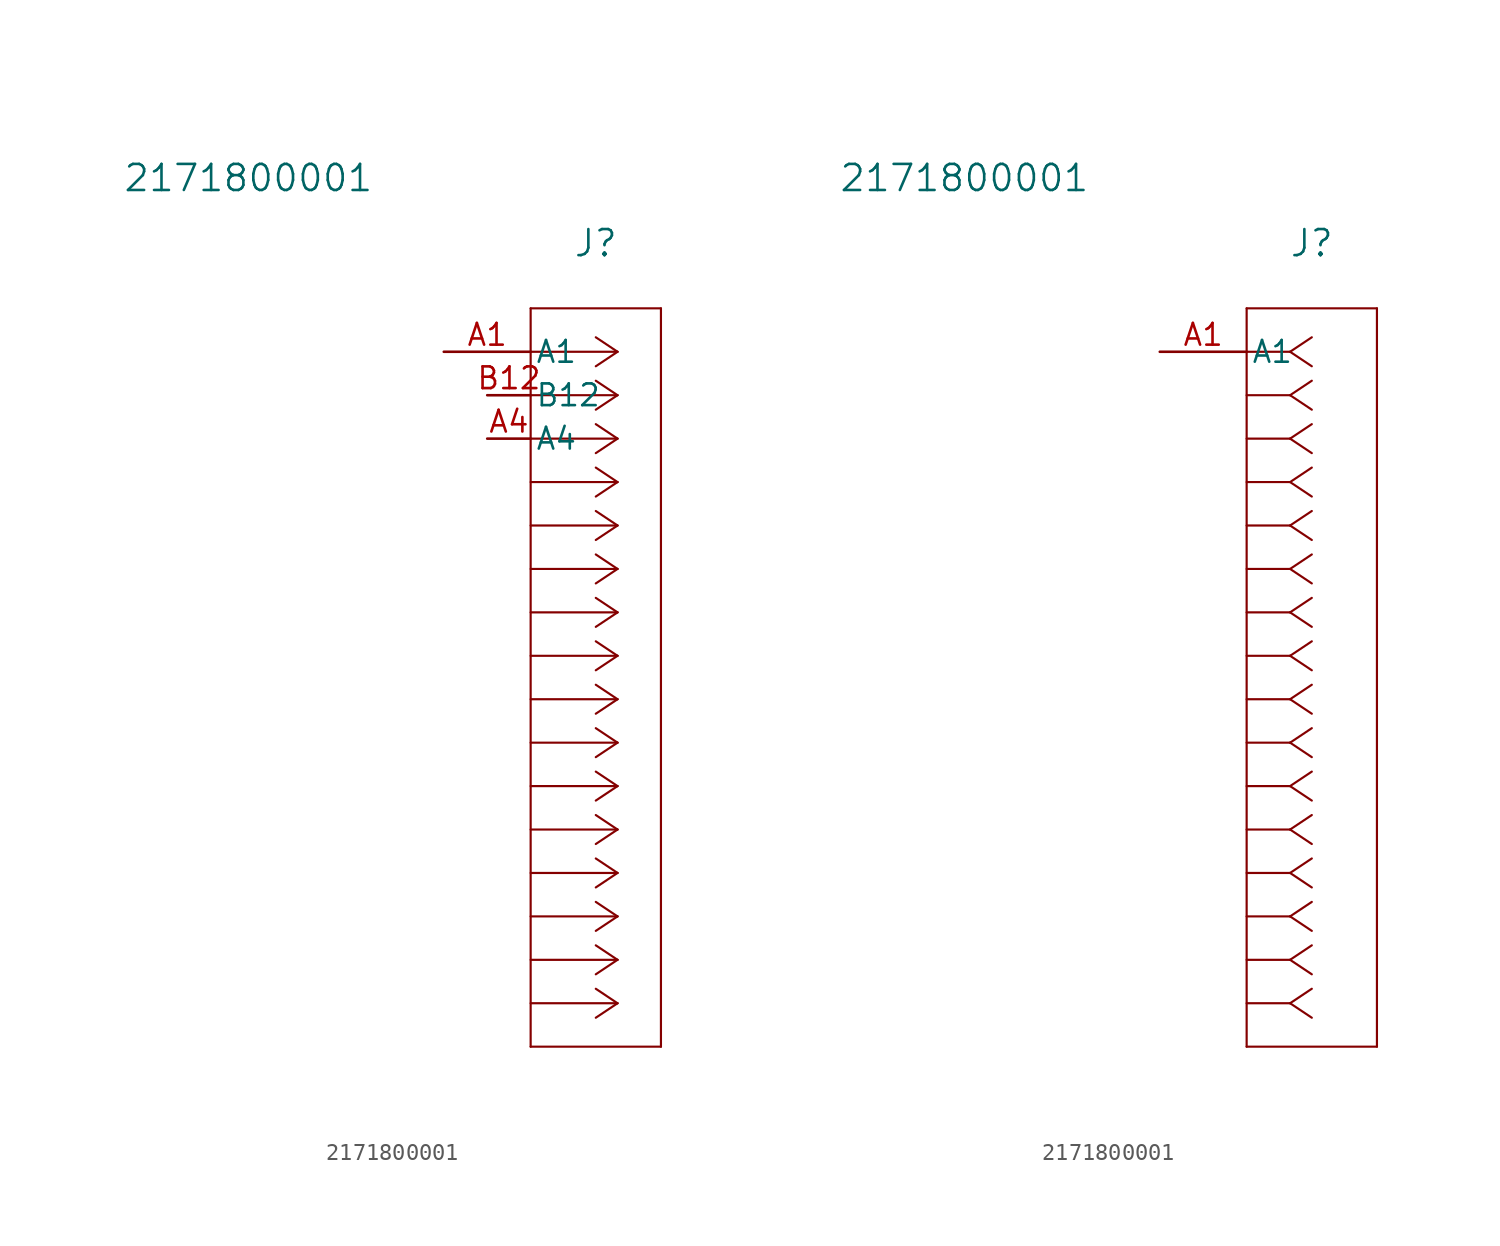
<source format=kicad_sym>
(kicad_symbol_lib
  (version 20220914)
  (generator kicad_symbol_editor)
  (symbol "2171800001"
    (pin_names
      (offset 0.254))
    (property "Reference" "J"
      (at 8.89 6.35 0)
      (effects (font (size 1.524 1.524))))
    (property "Value" "2171800001"
      (at -11.43 10.16 0)
      (effects (font (size 1.524 1.524))))
    (property "ki_locked" ""
      (at 0 0 0)
      (effects (font (size 1.27 1.27))))
    (symbol "2171800001_1_1"
      (polyline (pts (xy 5.08 -40.64) (xy 12.7 -40.64)) (stroke (width 0.127) (type default)) (fill (type none)))
      (polyline (pts (xy 5.08 2.54) (xy 5.08 -40.64)) (stroke (width 0.127) (type default)) (fill (type none)))
      (polyline (pts (xy 10.16 -38.1) (xy 5.08 -38.1)) (stroke (width 0.127) (type default)) (fill (type none)))
      (polyline (pts (xy 10.16 -38.1) (xy 8.89 -38.947)) (stroke (width 0.127) (type default)) (fill (type none)))
      (polyline (pts (xy 10.16 -38.1) (xy 8.89 -37.253)) (stroke (width 0.127) (type default)) (fill (type none)))
      (polyline (pts (xy 10.16 -35.56) (xy 5.08 -35.56)) (stroke (width 0.127) (type default)) (fill (type none)))
      (polyline (pts (xy 10.16 -35.56) (xy 8.89 -36.407)) (stroke (width 0.127) (type default)) (fill (type none)))
      (polyline (pts (xy 10.16 -35.56) (xy 8.89 -34.713)) (stroke (width 0.127) (type default)) (fill (type none)))
      (polyline (pts (xy 10.16 -33.02) (xy 5.08 -33.02)) (stroke (width 0.127) (type default)) (fill (type none)))
      (polyline (pts (xy 10.16 -33.02) (xy 8.89 -33.867)) (stroke (width 0.127) (type default)) (fill (type none)))
      (polyline (pts (xy 10.16 -33.02) (xy 8.89 -32.173)) (stroke (width 0.127) (type default)) (fill (type none)))
      (polyline (pts (xy 10.16 -30.48) (xy 5.08 -30.48)) (stroke (width 0.127) (type default)) (fill (type none)))
      (polyline (pts (xy 10.16 -30.48) (xy 8.89 -31.327)) (stroke (width 0.127) (type default)) (fill (type none)))
      (polyline (pts (xy 10.16 -30.48) (xy 8.89 -29.633)) (stroke (width 0.127) (type default)) (fill (type none)))
      (polyline (pts (xy 10.16 -27.94) (xy 5.08 -27.94)) (stroke (width 0.127) (type default)) (fill (type none)))
      (polyline (pts (xy 10.16 -27.94) (xy 8.89 -28.787)) (stroke (width 0.127) (type default)) (fill (type none)))
      (polyline (pts (xy 10.16 -27.94) (xy 8.89 -27.093)) (stroke (width 0.127) (type default)) (fill (type none)))
      (polyline (pts (xy 10.16 -25.4) (xy 5.08 -25.4)) (stroke (width 0.127) (type default)) (fill (type none)))
      (polyline (pts (xy 10.16 -25.4) (xy 8.89 -26.247)) (stroke (width 0.127) (type default)) (fill (type none)))
      (polyline (pts (xy 10.16 -25.4) (xy 8.89 -24.553)) (stroke (width 0.127) (type default)) (fill (type none)))
      (polyline (pts (xy 10.16 -22.86) (xy 5.08 -22.86)) (stroke (width 0.127) (type default)) (fill (type none)))
      (polyline (pts (xy 10.16 -22.86) (xy 8.89 -23.707)) (stroke (width 0.127) (type default)) (fill (type none)))
      (polyline (pts (xy 10.16 -22.86) (xy 8.89 -22.013)) (stroke (width 0.127) (type default)) (fill (type none)))
      (polyline (pts (xy 10.16 -20.32) (xy 5.08 -20.32)) (stroke (width 0.127) (type default)) (fill (type none)))
      (polyline (pts (xy 10.16 -20.32) (xy 8.89 -21.167)) (stroke (width 0.127) (type default)) (fill (type none)))
      (polyline (pts (xy 10.16 -20.32) (xy 8.89 -19.473)) (stroke (width 0.127) (type default)) (fill (type none)))
      (polyline (pts (xy 10.16 -17.78) (xy 5.08 -17.78)) (stroke (width 0.127) (type default)) (fill (type none)))
      (polyline (pts (xy 10.16 -17.78) (xy 8.89 -18.627)) (stroke (width 0.127) (type default)) (fill (type none)))
      (polyline (pts (xy 10.16 -17.78) (xy 8.89 -16.933)) (stroke (width 0.127) (type default)) (fill (type none)))
      (polyline (pts (xy 10.16 -15.24) (xy 5.08 -15.24)) (stroke (width 0.127) (type default)) (fill (type none)))
      (polyline (pts (xy 10.16 -15.24) (xy 8.89 -16.087)) (stroke (width 0.127) (type default)) (fill (type none)))
      (polyline (pts (xy 10.16 -15.24) (xy 8.89 -14.393)) (stroke (width 0.127) (type default)) (fill (type none)))
      (polyline (pts (xy 10.16 -12.7) (xy 5.08 -12.7)) (stroke (width 0.127) (type default)) (fill (type none)))
      (polyline (pts (xy 10.16 -12.7) (xy 8.89 -13.547)) (stroke (width 0.127) (type default)) (fill (type none)))
      (polyline (pts (xy 10.16 -12.7) (xy 8.89 -11.853)) (stroke (width 0.127) (type default)) (fill (type none)))
      (polyline (pts (xy 10.16 -10.16) (xy 5.08 -10.16)) (stroke (width 0.127) (type default)) (fill (type none)))
      (polyline (pts (xy 10.16 -10.16) (xy 8.89 -11.007)) (stroke (width 0.127) (type default)) (fill (type none)))
      (polyline (pts (xy 10.16 -10.16) (xy 8.89 -9.313)) (stroke (width 0.127) (type default)) (fill (type none)))
      (polyline (pts (xy 10.16 -7.62) (xy 5.08 -7.62)) (stroke (width 0.127) (type default)) (fill (type none)))
      (polyline (pts (xy 10.16 -7.62) (xy 8.89 -8.467)) (stroke (width 0.127) (type default)) (fill (type none)))
      (polyline (pts (xy 10.16 -7.62) (xy 8.89 -6.773)) (stroke (width 0.127) (type default)) (fill (type none)))
      (polyline (pts (xy 10.16 -5.08) (xy 5.08 -5.08)) (stroke (width 0.127) (type default)) (fill (type none)))
      (polyline (pts (xy 10.16 -5.08) (xy 8.89 -5.927)) (stroke (width 0.127) (type default)) (fill (type none)))
      (polyline (pts (xy 10.16 -5.08) (xy 8.89 -4.233)) (stroke (width 0.127) (type default)) (fill (type none)))
      (polyline (pts (xy 10.16 -2.54) (xy 5.08 -2.54)) (stroke (width 0.127) (type default)) (fill (type none)))
      (polyline (pts (xy 10.16 -2.54) (xy 8.89 -3.387)) (stroke (width 0.127) (type default)) (fill (type none)))
      (polyline (pts (xy 10.16 -2.54) (xy 8.89 -1.693)) (stroke (width 0.127) (type default)) (fill (type none)))
      (polyline (pts (xy 10.16 0) (xy 5.08 0)) (stroke (width 0.127) (type default)) (fill (type none)))
      (polyline (pts (xy 10.16 0) (xy 8.89 -0.847)) (stroke (width 0.127) (type default)) (fill (type none)))
      (polyline (pts (xy 10.16 0) (xy 8.89 0.847)) (stroke (width 0.127) (type default)) (fill (type none)))
      (polyline (pts (xy 12.7 -40.64) (xy 12.7 2.54)) (stroke (width 0.127) (type default)) (fill (type none)))
      (polyline (pts (xy 12.7 2.54) (xy 5.08 2.54)) (stroke (width 0.127) (type default)) (fill (type none)))
      (pin power_out line (at 0 0 0) (length 5.08) (name "A1" (effects (font (size 1.27 1.27)))) (number "A1" (effects (font (size 1.27 1.27)))))
      (pin power_out line (at 2.54 -5.08 0) (length 2.54) (name "A4" (effects (font (size 1.27 1.27)))) (number "A4" (effects (font (size 1.27 1.27)))))
      (pin input line (at 2.54 -2.54 0) (length 2.54) (name "B12" (effects (font (size 1.27 1.27)))) (number "B12" (effects (font (size 1.27 1.27))))))
    (symbol "2171800001_1_2"
      (polyline (pts (xy 5.08 -40.64) (xy 12.7 -40.64)) (stroke (width 0.127) (type default)) (fill (type none)))
      (polyline (pts (xy 5.08 2.54) (xy 5.08 -40.64)) (stroke (width 0.127) (type default)) (fill (type none)))
      (polyline (pts (xy 7.62 -38.1) (xy 5.08 -38.1)) (stroke (width 0.127) (type default)) (fill (type none)))
      (polyline (pts (xy 7.62 -38.1) (xy 8.89 -38.947)) (stroke (width 0.127) (type default)) (fill (type none)))
      (polyline (pts (xy 7.62 -38.1) (xy 8.89 -37.253)) (stroke (width 0.127) (type default)) (fill (type none)))
      (polyline (pts (xy 7.62 -35.56) (xy 5.08 -35.56)) (stroke (width 0.127) (type default)) (fill (type none)))
      (polyline (pts (xy 7.62 -35.56) (xy 8.89 -36.407)) (stroke (width 0.127) (type default)) (fill (type none)))
      (polyline (pts (xy 7.62 -35.56) (xy 8.89 -34.713)) (stroke (width 0.127) (type default)) (fill (type none)))
      (polyline (pts (xy 7.62 -33.02) (xy 5.08 -33.02)) (stroke (width 0.127) (type default)) (fill (type none)))
      (polyline (pts (xy 7.62 -33.02) (xy 8.89 -33.867)) (stroke (width 0.127) (type default)) (fill (type none)))
      (polyline (pts (xy 7.62 -33.02) (xy 8.89 -32.173)) (stroke (width 0.127) (type default)) (fill (type none)))
      (polyline (pts (xy 7.62 -30.48) (xy 5.08 -30.48)) (stroke (width 0.127) (type default)) (fill (type none)))
      (polyline (pts (xy 7.62 -30.48) (xy 8.89 -31.327)) (stroke (width 0.127) (type default)) (fill (type none)))
      (polyline (pts (xy 7.62 -30.48) (xy 8.89 -29.633)) (stroke (width 0.127) (type default)) (fill (type none)))
      (polyline (pts (xy 7.62 -27.94) (xy 5.08 -27.94)) (stroke (width 0.127) (type default)) (fill (type none)))
      (polyline (pts (xy 7.62 -27.94) (xy 8.89 -28.787)) (stroke (width 0.127) (type default)) (fill (type none)))
      (polyline (pts (xy 7.62 -27.94) (xy 8.89 -27.093)) (stroke (width 0.127) (type default)) (fill (type none)))
      (polyline (pts (xy 7.62 -25.4) (xy 5.08 -25.4)) (stroke (width 0.127) (type default)) (fill (type none)))
      (polyline (pts (xy 7.62 -25.4) (xy 8.89 -26.247)) (stroke (width 0.127) (type default)) (fill (type none)))
      (polyline (pts (xy 7.62 -25.4) (xy 8.89 -24.553)) (stroke (width 0.127) (type default)) (fill (type none)))
      (polyline (pts (xy 7.62 -22.86) (xy 5.08 -22.86)) (stroke (width 0.127) (type default)) (fill (type none)))
      (polyline (pts (xy 7.62 -22.86) (xy 8.89 -23.707)) (stroke (width 0.127) (type default)) (fill (type none)))
      (polyline (pts (xy 7.62 -22.86) (xy 8.89 -22.013)) (stroke (width 0.127) (type default)) (fill (type none)))
      (polyline (pts (xy 7.62 -20.32) (xy 5.08 -20.32)) (stroke (width 0.127) (type default)) (fill (type none)))
      (polyline (pts (xy 7.62 -20.32) (xy 8.89 -21.167)) (stroke (width 0.127) (type default)) (fill (type none)))
      (polyline (pts (xy 7.62 -20.32) (xy 8.89 -19.473)) (stroke (width 0.127) (type default)) (fill (type none)))
      (polyline (pts (xy 7.62 -17.78) (xy 5.08 -17.78)) (stroke (width 0.127) (type default)) (fill (type none)))
      (polyline (pts (xy 7.62 -17.78) (xy 8.89 -18.627)) (stroke (width 0.127) (type default)) (fill (type none)))
      (polyline (pts (xy 7.62 -17.78) (xy 8.89 -16.933)) (stroke (width 0.127) (type default)) (fill (type none)))
      (polyline (pts (xy 7.62 -15.24) (xy 5.08 -15.24)) (stroke (width 0.127) (type default)) (fill (type none)))
      (polyline (pts (xy 7.62 -15.24) (xy 8.89 -16.087)) (stroke (width 0.127) (type default)) (fill (type none)))
      (polyline (pts (xy 7.62 -15.24) (xy 8.89 -14.393)) (stroke (width 0.127) (type default)) (fill (type none)))
      (polyline (pts (xy 7.62 -12.7) (xy 5.08 -12.7)) (stroke (width 0.127) (type default)) (fill (type none)))
      (polyline (pts (xy 7.62 -12.7) (xy 8.89 -13.547)) (stroke (width 0.127) (type default)) (fill (type none)))
      (polyline (pts (xy 7.62 -12.7) (xy 8.89 -11.853)) (stroke (width 0.127) (type default)) (fill (type none)))
      (polyline (pts (xy 7.62 -10.16) (xy 5.08 -10.16)) (stroke (width 0.127) (type default)) (fill (type none)))
      (polyline (pts (xy 7.62 -10.16) (xy 8.89 -11.007)) (stroke (width 0.127) (type default)) (fill (type none)))
      (polyline (pts (xy 7.62 -10.16) (xy 8.89 -9.313)) (stroke (width 0.127) (type default)) (fill (type none)))
      (polyline (pts (xy 7.62 -7.62) (xy 5.08 -7.62)) (stroke (width 0.127) (type default)) (fill (type none)))
      (polyline (pts (xy 7.62 -7.62) (xy 8.89 -8.467)) (stroke (width 0.127) (type default)) (fill (type none)))
      (polyline (pts (xy 7.62 -7.62) (xy 8.89 -6.773)) (stroke (width 0.127) (type default)) (fill (type none)))
      (polyline (pts (xy 7.62 -5.08) (xy 5.08 -5.08)) (stroke (width 0.127) (type default)) (fill (type none)))
      (polyline (pts (xy 7.62 -5.08) (xy 8.89 -5.927)) (stroke (width 0.127) (type default)) (fill (type none)))
      (polyline (pts (xy 7.62 -5.08) (xy 8.89 -4.233)) (stroke (width 0.127) (type default)) (fill (type none)))
      (polyline (pts (xy 7.62 -2.54) (xy 5.08 -2.54)) (stroke (width 0.127) (type default)) (fill (type none)))
      (polyline (pts (xy 7.62 -2.54) (xy 8.89 -3.387)) (stroke (width 0.127) (type default)) (fill (type none)))
      (polyline (pts (xy 7.62 -2.54) (xy 8.89 -1.693)) (stroke (width 0.127) (type default)) (fill (type none)))
      (polyline (pts (xy 7.62 0) (xy 5.08 0)) (stroke (width 0.127) (type default)) (fill (type none)))
      (polyline (pts (xy 7.62 0) (xy 8.89 -0.847)) (stroke (width 0.127) (type default)) (fill (type none)))
      (polyline (pts (xy 7.62 0) (xy 8.89 0.847)) (stroke (width 0.127) (type default)) (fill (type none)))
      (polyline (pts (xy 12.7 -40.64) (xy 12.7 2.54)) (stroke (width 0.127) (type default)) (fill (type none)))
      (polyline (pts (xy 12.7 2.54) (xy 5.08 2.54)) (stroke (width 0.127) (type default)) (fill (type none)))
      (pin power_out line (at 0 0 0) (length 5.08) (name "A1" (effects (font (size 1.27 1.27)))) (number "A1" (effects (font (size 1.27 1.27))))))))
</source>
